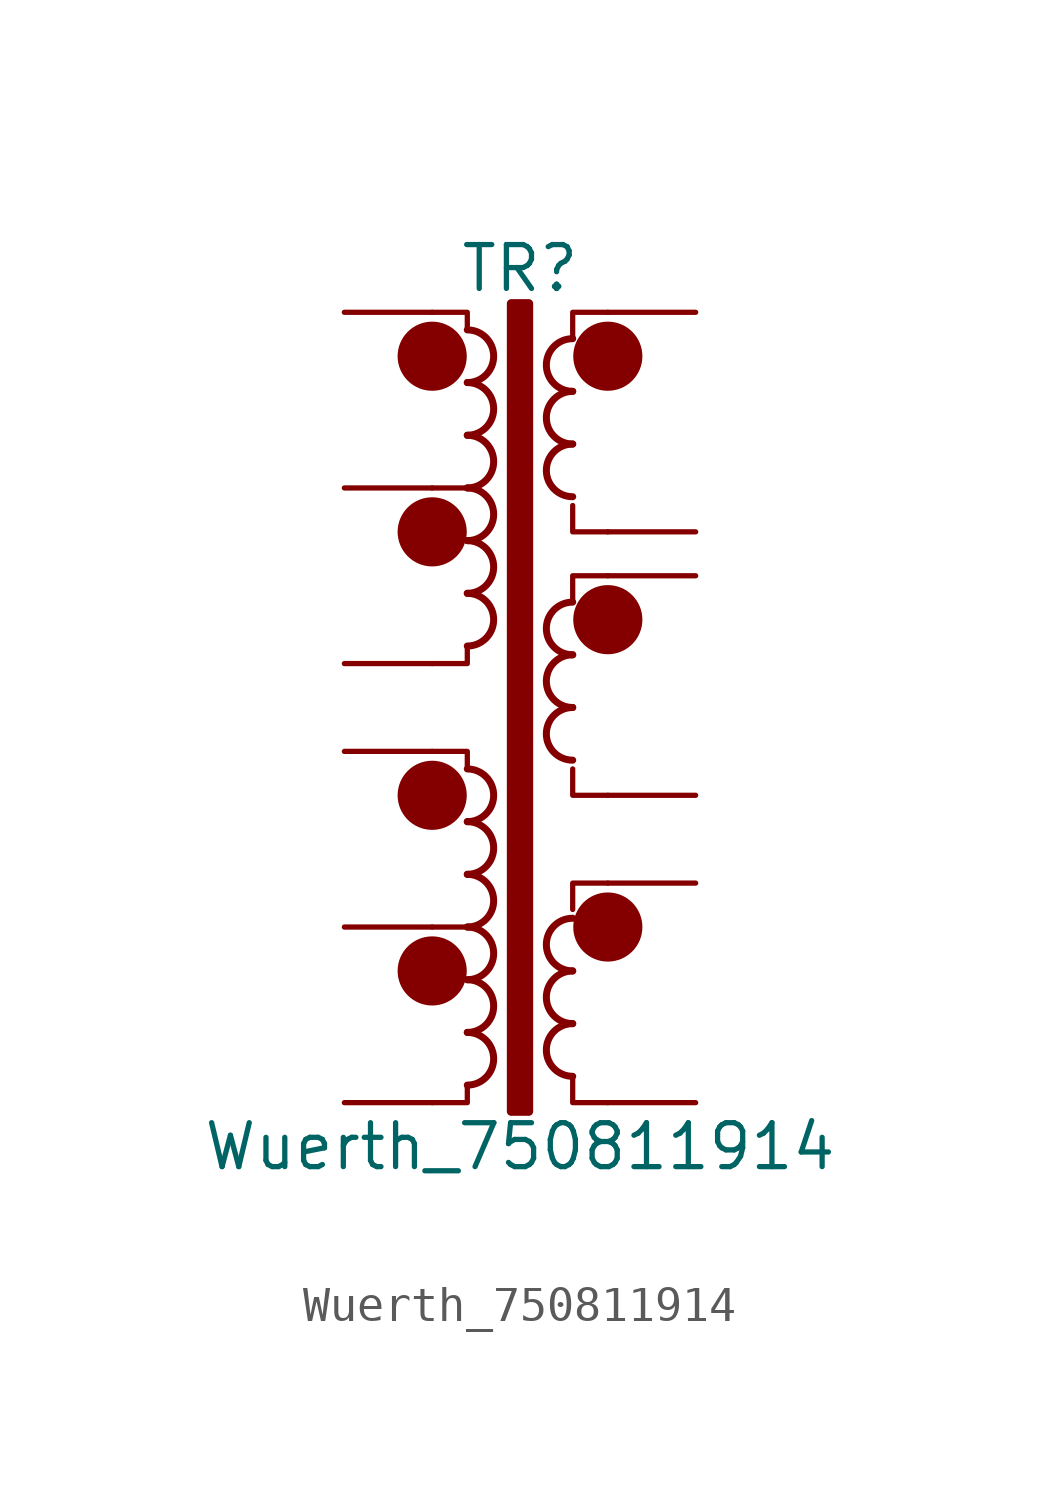
<source format=kicad_sym>
(kicad_symbol_lib
  (version 20211014)
  (generator kicad_symbol_editor)
  (symbol "Wuerth_750811914"
    (pin_numbers hide)
    (pin_names
      (offset 0))
    (property "Reference" "TR"
      (at 0 13.97 0)
      (effects (font (size 1.27 1.27))))
    (property "Value" "Wuerth_750811914"
      (at 0 -11.43 0)
      (effects (font (size 1.27 1.27))))
    (symbol "Wuerth_750811914_0_1"
      (circle (center -2.54 -6.35) (radius 0.0001) (stroke (width 1) (type default) (color 0 0 0 0)) (fill (type none)))
      (circle (center -2.54 -1.27) (radius 0.0001) (stroke (width 1) (type default) (color 0 0 0 0)) (fill (type none)))
      (circle (center -2.54 6.35) (radius 0.0001) (stroke (width 1) (type default) (color 0 0 0 0)) (fill (type none)))
      (circle (center -2.54 11.43) (radius 0.0001) (stroke (width 1) (type default) (color 0 0 0 0)) (fill (type none)))
      (arc (start -1.524 -9.652) (mid -0.762 -8.89) (end -1.524 -8.128) (stroke (width 0.2032) (type default) (color 0 0 0 0)) (fill (type none)))
      (arc (start -1.524 -8.128) (mid -0.762 -7.366) (end -1.524 -6.604) (stroke (width 0.2032) (type default) (color 0 0 0 0)) (fill (type none)))
      (arc (start -1.524 -6.604) (mid -0.762 -5.842) (end -1.524 -5.08) (stroke (width 0.2032) (type default) (color 0 0 0 0)) (fill (type none)))
      (arc (start -1.524 -5.08) (mid -0.762 -4.318) (end -1.524 -3.556) (stroke (width 0.2032) (type default) (color 0 0 0 0)) (fill (type none)))
      (arc (start -1.524 -3.556) (mid -0.762 -2.794) (end -1.524 -2.032) (stroke (width 0.2032) (type default) (color 0 0 0 0)) (fill (type none)))
      (arc (start -1.524 -2.032) (mid -0.762 -1.27) (end -1.524 -0.508) (stroke (width 0.2032) (type default) (color 0 0 0 0)) (fill (type none)))
      (arc (start -1.524 3.048) (mid -0.762 3.81) (end -1.524 4.572) (stroke (width 0.2032) (type default) (color 0 0 0 0)) (fill (type none)))
      (arc (start -1.524 4.572) (mid -0.762 5.334) (end -1.524 6.096) (stroke (width 0.2032) (type default) (color 0 0 0 0)) (fill (type none)))
      (arc (start -1.524 6.096) (mid -0.762 6.858) (end -1.524 7.62) (stroke (width 0.2032) (type default) (color 0 0 0 0)) (fill (type none)))
      (arc (start -1.524 7.62) (mid -0.762 8.382) (end -1.524 9.144) (stroke (width 0.2032) (type default) (color 0 0 0 0)) (fill (type none)))
      (arc (start -1.524 9.144) (mid -0.762 9.906) (end -1.524 10.668) (stroke (width 0.2032) (type default) (color 0 0 0 0)) (fill (type none)))
      (arc (start -1.524 10.668) (mid -0.762 11.43) (end -1.524 12.192) (stroke (width 0.2032) (type default) (color 0 0 0 0)) (fill (type none)))
      (rectangle (start -0.254 12.954) (end 0.254 -10.414) (stroke (width 0.254) (type default) (color 0 0 0 0)) (fill (type outline)))
      (polyline (pts (xy -1.524 -5.08) (xy -2.54 -5.08) (xy -2.54 -5.08)) (stroke (width 0) (type default) (color 0 0 0 0)) (fill (type outline)))
      (polyline (pts (xy -1.524 7.62) (xy -2.54 7.62) (xy -2.54 7.62)) (stroke (width 0) (type default) (color 0 0 0 0)) (fill (type outline)))
      (polyline (pts (xy -1.524 -9.652) (xy -1.524 -10.16) (xy -2.54 -10.16) (xy -2.54 -10.16)) (stroke (width 0) (type default) (color 0 0 0 0)) (fill (type none)))
      (polyline (pts (xy -1.524 -0.508) (xy -1.524 0) (xy -2.54 0) (xy -2.54 0)) (stroke (width 0) (type default) (color 0 0 0 0)) (fill (type none)))
      (polyline (pts (xy -1.524 3.048) (xy -1.524 2.54) (xy -2.54 2.54) (xy -2.54 2.54)) (stroke (width 0) (type default) (color 0 0 0 0)) (fill (type none)))
      (polyline (pts (xy -1.524 12.192) (xy -1.524 12.7) (xy -2.54 12.7) (xy -2.54 12.7)) (stroke (width 0) (type default) (color 0 0 0 0)) (fill (type none)))
      (polyline (pts (xy 1.524 -4.572) (xy 1.524 -3.81) (xy 2.54 -3.81) (xy 2.54 -3.81)) (stroke (width 0) (type default) (color 0 0 0 0)) (fill (type none)))
      (polyline (pts (xy 1.524 4.318) (xy 1.524 5.08) (xy 2.54 5.08) (xy 2.54 5.08)) (stroke (width 0) (type default) (color 0 0 0 0)) (fill (type none)))
      (polyline (pts (xy 1.524 11.938) (xy 1.524 12.7) (xy 2.54 12.7) (xy 2.54 12.7)) (stroke (width 0) (type default) (color 0 0 0 0)) (fill (type none)))
      (polyline (pts (xy 1.524 -9.398) (xy 1.524 -10.16) (xy 2.54 -10.16) (xy 2.54 -10.16) (xy 2.54 -10.16) (xy 2.54 -10.16)) (stroke (width 0) (type default) (color 0 0 0 0)) (fill (type none)))
      (polyline (pts (xy 1.524 -0.508) (xy 1.524 -1.27) (xy 2.54 -1.27) (xy 2.54 -1.27) (xy 2.54 -1.27) (xy 2.54 -1.27)) (stroke (width 0) (type default) (color 0 0 0 0)) (fill (type none)))
      (polyline (pts (xy 1.524 7.112) (xy 1.524 6.35) (xy 2.54 6.35) (xy 2.54 6.35) (xy 2.54 6.35) (xy 2.54 6.35)) (stroke (width 0) (type default) (color 0 0 0 0)) (fill (type none)))
      (arc (start 1.524 -7.874) (mid 0.762 -8.636) (end 1.524 -9.398) (stroke (width 0.2032) (type default) (color 0 0 0 0)) (fill (type none)))
      (arc (start 1.524 -6.35) (mid 0.762 -7.112) (end 1.524 -7.874) (stroke (width 0.2032) (type default) (color 0 0 0 0)) (fill (type none)))
      (arc (start 1.524 -4.826) (mid 0.762 -5.588) (end 1.524 -6.35) (stroke (width 0.2032) (type default) (color 0 0 0 0)) (fill (type none)))
      (arc (start 1.524 1.27) (mid 0.762 0.508) (end 1.524 -0.254) (stroke (width 0.2032) (type default) (color 0 0 0 0)) (fill (type none)))
      (arc (start 1.524 2.794) (mid 0.762 2.032) (end 1.524 1.27) (stroke (width 0.2032) (type default) (color 0 0 0 0)) (fill (type none)))
      (arc (start 1.524 4.318) (mid 0.762 3.556) (end 1.524 2.794) (stroke (width 0.2032) (type default) (color 0 0 0 0)) (fill (type none)))
      (arc (start 1.524 8.89) (mid 0.762 8.128) (end 1.524 7.366) (stroke (width 0.2032) (type default) (color 0 0 0 0)) (fill (type none)))
      (arc (start 1.524 10.414) (mid 0.762 9.652) (end 1.524 8.89) (stroke (width 0.2032) (type default) (color 0 0 0 0)) (fill (type none)))
      (arc (start 1.524 11.938) (mid 0.762 11.176) (end 1.524 10.414) (stroke (width 0.2032) (type default) (color 0 0 0 0)) (fill (type none)))
      (circle (center 2.54 -5.08) (radius 0.0001) (stroke (width 1) (type default) (color 0 0 0 0)) (fill (type none)))
      (circle (center 2.54 3.81) (radius 0.0001) (stroke (width 1) (type default) (color 0 0 0 0)) (fill (type none)))
      (circle (center 2.54 11.43) (radius 0.0001) (stroke (width 1) (type default) (color 0 0 0 0)) (fill (type none))))
    (symbol "Wuerth_750811914_1_1"
      (pin passive line (at -5.08 2.54 0) (length 2.54) (name "~" (effects (font (size 1.27 1.27)))) (number "1" (effects (font (size 1.27 1.27)))))
      (pin passive line (at 5.08 6.35 180) (length 2.54) (name "~" (effects (font (size 1.27 1.27)))) (number "10" (effects (font (size 1.27 1.27)))))
      (pin passive line (at 5.08 -1.27 180) (length 2.54) (name "~" (effects (font (size 1.27 1.27)))) (number "11" (effects (font (size 1.27 1.27)))))
      (pin passive line (at 5.08 -10.16 180) (length 2.54) (name "~" (effects (font (size 1.27 1.27)))) (number "12" (effects (font (size 1.27 1.27)))))
      (pin passive line (at -5.08 7.62 0) (length 2.54) (name "~" (effects (font (size 1.27 1.27)))) (number "2" (effects (font (size 1.27 1.27)))))
      (pin passive line (at -5.08 12.7 0) (length 2.54) (name "~" (effects (font (size 1.27 1.27)))) (number "3" (effects (font (size 1.27 1.27)))))
      (pin passive line (at -5.08 -10.16 0) (length 2.54) (name "~" (effects (font (size 1.27 1.27)))) (number "4" (effects (font (size 1.27 1.27)))))
      (pin passive line (at -5.08 -5.08 0) (length 2.54) (name "~" (effects (font (size 1.27 1.27)))) (number "5" (effects (font (size 1.27 1.27)))))
      (pin passive line (at -5.08 0 0) (length 2.54) (name "~" (effects (font (size 1.27 1.27)))) (number "6" (effects (font (size 1.27 1.27)))))
      (pin passive line (at 5.08 12.7 180) (length 2.54) (name "~" (effects (font (size 1.27 1.27)))) (number "7" (effects (font (size 1.27 1.27)))))
      (pin passive line (at 5.08 5.08 180) (length 2.54) (name "~" (effects (font (size 1.27 1.27)))) (number "8" (effects (font (size 1.27 1.27)))))
      (pin passive line (at 5.08 -3.81 180) (length 2.54) (name "~" (effects (font (size 1.27 1.27)))) (number "9" (effects (font (size 1.27 1.27))))))))
</source>
